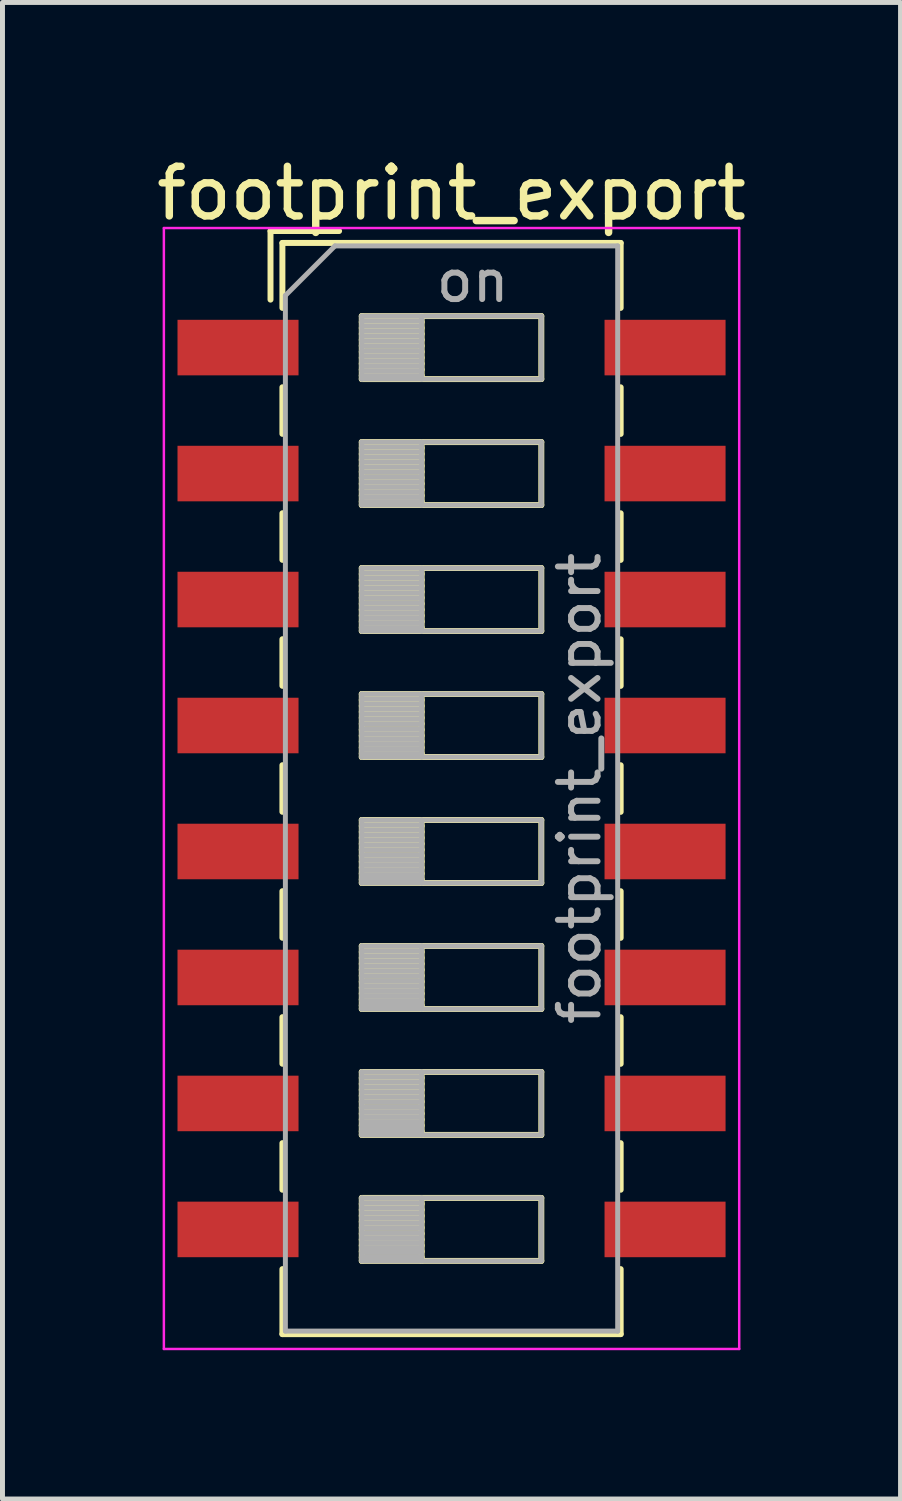
<source format=kicad_pcb>
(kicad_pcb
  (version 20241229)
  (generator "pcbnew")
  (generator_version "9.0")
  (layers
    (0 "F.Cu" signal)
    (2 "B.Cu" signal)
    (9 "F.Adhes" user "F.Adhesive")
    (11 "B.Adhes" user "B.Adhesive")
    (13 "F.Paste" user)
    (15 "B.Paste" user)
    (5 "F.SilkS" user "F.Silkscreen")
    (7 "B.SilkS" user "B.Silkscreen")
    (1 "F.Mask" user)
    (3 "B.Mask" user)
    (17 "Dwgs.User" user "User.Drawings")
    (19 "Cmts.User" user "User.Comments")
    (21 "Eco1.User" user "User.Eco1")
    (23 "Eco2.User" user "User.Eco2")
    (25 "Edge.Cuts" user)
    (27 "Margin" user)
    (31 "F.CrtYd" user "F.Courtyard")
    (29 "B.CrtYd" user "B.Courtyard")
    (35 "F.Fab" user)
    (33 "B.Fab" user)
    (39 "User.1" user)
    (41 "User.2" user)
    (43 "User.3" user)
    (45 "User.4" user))
  (footprint "footprint_export"
    (layer "F.Cu")
    (at 6.054 12.848)
    (property "Reference" "footprint_export" (at 0 -12 0) (layer "F.SilkS") (effects (font (size 1 1) (thickness 0.15))))
    (attr smd)
    (fp_line (start -3.65 -11.24) (end -3.65 -9.857) (stroke (width 0.12) (type solid)) (layer "F.SilkS"))
    (fp_line (start -3.65 -11.24) (end -2.267 -11.24) (stroke (width 0.12) (type solid)) (layer "F.SilkS"))
    (fp_line (start -3.41 -11) (end -3.41 -9.69) (stroke (width 0.12) (type solid)) (layer "F.SilkS"))
    (fp_line (start -3.41 -11) (end 3.41 -11) (stroke (width 0.12) (type solid)) (layer "F.SilkS"))
    (fp_line (start -3.41 -8.09) (end -3.41 -7.15) (stroke (width 0.12) (type solid)) (layer "F.SilkS"))
    (fp_line (start -3.41 -5.55) (end -3.41 -4.61) (stroke (width 0.12) (type solid)) (layer "F.SilkS"))
    (fp_line (start -3.41 -3.01) (end -3.41 -2.07) (stroke (width 0.12) (type solid)) (layer "F.SilkS"))
    (fp_line (start -3.41 -0.47) (end -3.41 0.47) (stroke (width 0.12) (type solid)) (layer "F.SilkS"))
    (fp_line (start -3.41 2.07) (end -3.41 3.01) (stroke (width 0.12) (type solid)) (layer "F.SilkS"))
    (fp_line (start -3.41 4.61) (end -3.41 5.55) (stroke (width 0.12) (type solid)) (layer "F.SilkS"))
    (fp_line (start -3.41 7.15) (end -3.41 8.09) (stroke (width 0.12) (type solid)) (layer "F.SilkS"))
    (fp_line (start -3.41 9.69) (end -3.41 11.001) (stroke (width 0.12) (type solid)) (layer "F.SilkS"))
    (fp_line (start -3.41 11.001) (end 3.41 11.001) (stroke (width 0.12) (type solid)) (layer "F.SilkS"))
    (fp_line (start -1.81 -9.525) (end -1.81 -8.255) (stroke (width 0.12) (type solid)) (layer "F.SilkS"))
    (fp_line (start -1.81 -9.405) (end -0.603 -9.405) (stroke (width 0.12) (type solid)) (layer "F.SilkS"))
    (fp_line (start -1.81 -9.285) (end -0.603 -9.285) (stroke (width 0.12) (type solid)) (layer "F.SilkS"))
    (fp_line (start -1.81 -9.165) (end -0.603 -9.165) (stroke (width 0.12) (type solid)) (layer "F.SilkS"))
    (fp_line (start -1.81 -9.045) (end -0.603 -9.045) (stroke (width 0.12) (type solid)) (layer "F.SilkS"))
    (fp_line (start -1.81 -8.925) (end -0.603 -8.925) (stroke (width 0.12) (type solid)) (layer "F.SilkS"))
    (fp_line (start -1.81 -8.805) (end -0.603 -8.805) (stroke (width 0.12) (type solid)) (layer "F.SilkS"))
    (fp_line (start -1.81 -8.685) (end -0.603 -8.685) (stroke (width 0.12) (type solid)) (layer "F.SilkS"))
    (fp_line (start -1.81 -8.565) (end -0.603 -8.565) (stroke (width 0.12) (type solid)) (layer "F.SilkS"))
    (fp_line (start -1.81 -8.445) (end -0.603 -8.445) (stroke (width 0.12) (type solid)) (layer "F.SilkS"))
    (fp_line (start -1.81 -8.325) (end -0.603 -8.325) (stroke (width 0.12) (type solid)) (layer "F.SilkS"))
    (fp_line (start -1.81 -8.255) (end 1.81 -8.255) (stroke (width 0.12) (type solid)) (layer "F.SilkS"))
    (fp_line (start -1.81 -6.985) (end -1.81 -5.715) (stroke (width 0.12) (type solid)) (layer "F.SilkS"))
    (fp_line (start -1.81 -6.865) (end -0.603 -6.865) (stroke (width 0.12) (type solid)) (layer "F.SilkS"))
    (fp_line (start -1.81 -6.745) (end -0.603 -6.745) (stroke (width 0.12) (type solid)) (layer "F.SilkS"))
    (fp_line (start -1.81 -6.625) (end -0.603 -6.625) (stroke (width 0.12) (type solid)) (layer "F.SilkS"))
    (fp_line (start -1.81 -6.505) (end -0.603 -6.505) (stroke (width 0.12) (type solid)) (layer "F.SilkS"))
    (fp_line (start -1.81 -6.385) (end -0.603 -6.385) (stroke (width 0.12) (type solid)) (layer "F.SilkS"))
    (fp_line (start -1.81 -6.265) (end -0.603 -6.265) (stroke (width 0.12) (type solid)) (layer "F.SilkS"))
    (fp_line (start -1.81 -6.145) (end -0.603 -6.145) (stroke (width 0.12) (type solid)) (layer "F.SilkS"))
    (fp_line (start -1.81 -6.025) (end -0.603 -6.025) (stroke (width 0.12) (type solid)) (layer "F.SilkS"))
    (fp_line (start -1.81 -5.905) (end -0.603 -5.905) (stroke (width 0.12) (type solid)) (layer "F.SilkS"))
    (fp_line (start -1.81 -5.785) (end -0.603 -5.785) (stroke (width 0.12) (type solid)) (layer "F.SilkS"))
    (fp_line (start -1.81 -5.715) (end 1.81 -5.715) (stroke (width 0.12) (type solid)) (layer "F.SilkS"))
    (fp_line (start -1.81 -4.445) (end -1.81 -3.175) (stroke (width 0.12) (type solid)) (layer "F.SilkS"))
    (fp_line (start -1.81 -4.325) (end -0.603 -4.325) (stroke (width 0.12) (type solid)) (layer "F.SilkS"))
    (fp_line (start -1.81 -4.205) (end -0.603 -4.205) (stroke (width 0.12) (type solid)) (layer "F.SilkS"))
    (fp_line (start -1.81 -4.085) (end -0.603 -4.085) (stroke (width 0.12) (type solid)) (layer "F.SilkS"))
    (fp_line (start -1.81 -3.965) (end -0.603 -3.965) (stroke (width 0.12) (type solid)) (layer "F.SilkS"))
    (fp_line (start -1.81 -3.845) (end -0.603 -3.845) (stroke (width 0.12) (type solid)) (layer "F.SilkS"))
    (fp_line (start -1.81 -3.725) (end -0.603 -3.725) (stroke (width 0.12) (type solid)) (layer "F.SilkS"))
    (fp_line (start -1.81 -3.605) (end -0.603 -3.605) (stroke (width 0.12) (type solid)) (layer "F.SilkS"))
    (fp_line (start -1.81 -3.485) (end -0.603 -3.485) (stroke (width 0.12) (type solid)) (layer "F.SilkS"))
    (fp_line (start -1.81 -3.365) (end -0.603 -3.365) (stroke (width 0.12) (type solid)) (layer "F.SilkS"))
    (fp_line (start -1.81 -3.245) (end -0.603 -3.245) (stroke (width 0.12) (type solid)) (layer "F.SilkS"))
    (fp_line (start -1.81 -3.175) (end 1.81 -3.175) (stroke (width 0.12) (type solid)) (layer "F.SilkS"))
    (fp_line (start -1.81 -1.905) (end -1.81 -0.635) (stroke (width 0.12) (type solid)) (layer "F.SilkS"))
    (fp_line (start -1.81 -1.785) (end -0.603 -1.785) (stroke (width 0.12) (type solid)) (layer "F.SilkS"))
    (fp_line (start -1.81 -1.665) (end -0.603 -1.665) (stroke (width 0.12) (type solid)) (layer "F.SilkS"))
    (fp_line (start -1.81 -1.545) (end -0.603 -1.545) (stroke (width 0.12) (type solid)) (layer "F.SilkS"))
    (fp_line (start -1.81 -1.425) (end -0.603 -1.425) (stroke (width 0.12) (type solid)) (layer "F.SilkS"))
    (fp_line (start -1.81 -1.305) (end -0.603 -1.305) (stroke (width 0.12) (type solid)) (layer "F.SilkS"))
    (fp_line (start -1.81 -1.185) (end -0.603 -1.185) (stroke (width 0.12) (type solid)) (layer "F.SilkS"))
    (fp_line (start -1.81 -1.065) (end -0.603 -1.065) (stroke (width 0.12) (type solid)) (layer "F.SilkS"))
    (fp_line (start -1.81 -0.945) (end -0.603 -0.945) (stroke (width 0.12) (type solid)) (layer "F.SilkS"))
    (fp_line (start -1.81 -0.825) (end -0.603 -0.825) (stroke (width 0.12) (type solid)) (layer "F.SilkS"))
    (fp_line (start -1.81 -0.705) (end -0.603 -0.705) (stroke (width 0.12) (type solid)) (layer "F.SilkS"))
    (fp_line (start -1.81 -0.635) (end 1.81 -0.635) (stroke (width 0.12) (type solid)) (layer "F.SilkS"))
    (fp_line (start -1.81 0.635) (end -1.81 1.905) (stroke (width 0.12) (type solid)) (layer "F.SilkS"))
    (fp_line (start -1.81 0.755) (end -0.603 0.755) (stroke (width 0.12) (type solid)) (layer "F.SilkS"))
    (fp_line (start -1.81 0.875) (end -0.603 0.875) (stroke (width 0.12) (type solid)) (layer "F.SilkS"))
    (fp_line (start -1.81 0.995) (end -0.603 0.995) (stroke (width 0.12) (type solid)) (layer "F.SilkS"))
    (fp_line (start -1.81 1.115) (end -0.603 1.115) (stroke (width 0.12) (type solid)) (layer "F.SilkS"))
    (fp_line (start -1.81 1.235) (end -0.603 1.235) (stroke (width 0.12) (type solid)) (layer "F.SilkS"))
    (fp_line (start -1.81 1.355) (end -0.603 1.355) (stroke (width 0.12) (type solid)) (layer "F.SilkS"))
    (fp_line (start -1.81 1.475) (end -0.603 1.475) (stroke (width 0.12) (type solid)) (layer "F.SilkS"))
    (fp_line (start -1.81 1.595) (end -0.603 1.595) (stroke (width 0.12) (type solid)) (layer "F.SilkS"))
    (fp_line (start -1.81 1.715) (end -0.603 1.715) (stroke (width 0.12) (type solid)) (layer "F.SilkS"))
    (fp_line (start -1.81 1.835) (end -0.603 1.835) (stroke (width 0.12) (type solid)) (layer "F.SilkS"))
    (fp_line (start -1.81 1.905) (end 1.81 1.905) (stroke (width 0.12) (type solid)) (layer "F.SilkS"))
    (fp_line (start -1.81 3.175) (end -1.81 4.445) (stroke (width 0.12) (type solid)) (layer "F.SilkS"))
    (fp_line (start -1.81 3.295) (end -0.603 3.295) (stroke (width 0.12) (type solid)) (layer "F.SilkS"))
    (fp_line (start -1.81 3.415) (end -0.603 3.415) (stroke (width 0.12) (type solid)) (layer "F.SilkS"))
    (fp_line (start -1.81 3.535) (end -0.603 3.535) (stroke (width 0.12) (type solid)) (layer "F.SilkS"))
    (fp_line (start -1.81 3.655) (end -0.603 3.655) (stroke (width 0.12) (type solid)) (layer "F.SilkS"))
    (fp_line (start -1.81 3.775) (end -0.603 3.775) (stroke (width 0.12) (type solid)) (layer "F.SilkS"))
    (fp_line (start -1.81 3.895) (end -0.603 3.895) (stroke (width 0.12) (type solid)) (layer "F.SilkS"))
    (fp_line (start -1.81 4.015) (end -0.603 4.015) (stroke (width 0.12) (type solid)) (layer "F.SilkS"))
    (fp_line (start -1.81 4.135) (end -0.603 4.135) (stroke (width 0.12) (type solid)) (layer "F.SilkS"))
    (fp_line (start -1.81 4.255) (end -0.603 4.255) (stroke (width 0.12) (type solid)) (layer "F.SilkS"))
    (fp_line (start -1.81 4.375) (end -0.603 4.375) (stroke (width 0.12) (type solid)) (layer "F.SilkS"))
    (fp_line (start -1.81 4.445) (end 1.81 4.445) (stroke (width 0.12) (type solid)) (layer "F.SilkS"))
    (fp_line (start -1.81 5.715) (end -1.81 6.985) (stroke (width 0.12) (type solid)) (layer "F.SilkS"))
    (fp_line (start -1.81 5.835) (end -0.603 5.835) (stroke (width 0.12) (type solid)) (layer "F.SilkS"))
    (fp_line (start -1.81 5.955) (end -0.603 5.955) (stroke (width 0.12) (type solid)) (layer "F.SilkS"))
    (fp_line (start -1.81 6.075) (end -0.603 6.075) (stroke (width 0.12) (type solid)) (layer "F.SilkS"))
    (fp_line (start -1.81 6.195) (end -0.603 6.195) (stroke (width 0.12) (type solid)) (layer "F.SilkS"))
    (fp_line (start -1.81 6.315) (end -0.603 6.315) (stroke (width 0.12) (type solid)) (layer "F.SilkS"))
    (fp_line (start -1.81 6.435) (end -0.603 6.435) (stroke (width 0.12) (type solid)) (layer "F.SilkS"))
    (fp_line (start -1.81 6.555) (end -0.603 6.555) (stroke (width 0.12) (type solid)) (layer "F.SilkS"))
    (fp_line (start -1.81 6.675) (end -0.603 6.675) (stroke (width 0.12) (type solid)) (layer "F.SilkS"))
    (fp_line (start -1.81 6.795) (end -0.603 6.795) (stroke (width 0.12) (type solid)) (layer "F.SilkS"))
    (fp_line (start -1.81 6.915) (end -0.603 6.915) (stroke (width 0.12) (type solid)) (layer "F.SilkS"))
    (fp_line (start -1.81 6.985) (end 1.81 6.985) (stroke (width 0.12) (type solid)) (layer "F.SilkS"))
    (fp_line (start -1.81 8.255) (end -1.81 9.525) (stroke (width 0.12) (type solid)) (layer "F.SilkS"))
    (fp_line (start -1.81 8.375) (end -0.603 8.375) (stroke (width 0.12) (type solid)) (layer "F.SilkS"))
    (fp_line (start -1.81 8.495) (end -0.603 8.495) (stroke (width 0.12) (type solid)) (layer "F.SilkS"))
    (fp_line (start -1.81 8.615) (end -0.603 8.615) (stroke (width 0.12) (type solid)) (layer "F.SilkS"))
    (fp_line (start -1.81 8.735) (end -0.603 8.735) (stroke (width 0.12) (type solid)) (layer "F.SilkS"))
    (fp_line (start -1.81 8.855) (end -0.603 8.855) (stroke (width 0.12) (type solid)) (layer "F.SilkS"))
    (fp_line (start -1.81 8.975) (end -0.603 8.975) (stroke (width 0.12) (type solid)) (layer "F.SilkS"))
    (fp_line (start -1.81 9.095) (end -0.603 9.095) (stroke (width 0.12) (type solid)) (layer "F.SilkS"))
    (fp_line (start -1.81 9.215) (end -0.603 9.215) (stroke (width 0.12) (type solid)) (layer "F.SilkS"))
    (fp_line (start -1.81 9.335) (end -0.603 9.335) (stroke (width 0.12) (type solid)) (layer "F.SilkS"))
    (fp_line (start -1.81 9.455) (end -0.603 9.455) (stroke (width 0.12) (type solid)) (layer "F.SilkS"))
    (fp_line (start -1.81 9.525) (end 1.81 9.525) (stroke (width 0.12) (type solid)) (layer "F.SilkS"))
    (fp_line (start -0.603 -9.525) (end -0.603 -8.255) (stroke (width 0.12) (type solid)) (layer "F.SilkS"))
    (fp_line (start -0.603 -6.985) (end -0.603 -5.715) (stroke (width 0.12) (type solid)) (layer "F.SilkS"))
    (fp_line (start -0.603 -4.445) (end -0.603 -3.175) (stroke (width 0.12) (type solid)) (layer "F.SilkS"))
    (fp_line (start -0.603 -1.905) (end -0.603 -0.635) (stroke (width 0.12) (type solid)) (layer "F.SilkS"))
    (fp_line (start -0.603 0.635) (end -0.603 1.905) (stroke (width 0.12) (type solid)) (layer "F.SilkS"))
    (fp_line (start -0.603 3.175) (end -0.603 4.445) (stroke (width 0.12) (type solid)) (layer "F.SilkS"))
    (fp_line (start -0.603 5.715) (end -0.603 6.985) (stroke (width 0.12) (type solid)) (layer "F.SilkS"))
    (fp_line (start -0.603 8.255) (end -0.603 9.525) (stroke (width 0.12) (type solid)) (layer "F.SilkS"))
    (fp_line (start 1.81 -9.525) (end -1.81 -9.525) (stroke (width 0.12) (type solid)) (layer "F.SilkS"))
    (fp_line (start 1.81 -8.255) (end 1.81 -9.525) (stroke (width 0.12) (type solid)) (layer "F.SilkS"))
    (fp_line (start 1.81 -6.985) (end -1.81 -6.985) (stroke (width 0.12) (type solid)) (layer "F.SilkS"))
    (fp_line (start 1.81 -5.715) (end 1.81 -6.985) (stroke (width 0.12) (type solid)) (layer "F.SilkS"))
    (fp_line (start 1.81 -4.445) (end -1.81 -4.445) (stroke (width 0.12) (type solid)) (layer "F.SilkS"))
    (fp_line (start 1.81 -3.175) (end 1.81 -4.445) (stroke (width 0.12) (type solid)) (layer "F.SilkS"))
    (fp_line (start 1.81 -1.905) (end -1.81 -1.905) (stroke (width 0.12) (type solid)) (layer "F.SilkS"))
    (fp_line (start 1.81 -0.635) (end 1.81 -1.905) (stroke (width 0.12) (type solid)) (layer "F.SilkS"))
    (fp_line (start 1.81 0.635) (end -1.81 0.635) (stroke (width 0.12) (type solid)) (layer "F.SilkS"))
    (fp_line (start 1.81 1.905) (end 1.81 0.635) (stroke (width 0.12) (type solid)) (layer "F.SilkS"))
    (fp_line (start 1.81 3.175) (end -1.81 3.175) (stroke (width 0.12) (type solid)) (layer "F.SilkS"))
    (fp_line (start 1.81 4.445) (end 1.81 3.175) (stroke (width 0.12) (type solid)) (layer "F.SilkS"))
    (fp_line (start 1.81 5.715) (end -1.81 5.715) (stroke (width 0.12) (type solid)) (layer "F.SilkS"))
    (fp_line (start 1.81 6.985) (end 1.81 5.715) (stroke (width 0.12) (type solid)) (layer "F.SilkS"))
    (fp_line (start 1.81 8.255) (end -1.81 8.255) (stroke (width 0.12) (type solid)) (layer "F.SilkS"))
    (fp_line (start 1.81 9.525) (end 1.81 8.255) (stroke (width 0.12) (type solid)) (layer "F.SilkS"))
    (fp_line (start 3.41 -11) (end 3.41 -9.69) (stroke (width 0.12) (type solid)) (layer "F.SilkS"))
    (fp_line (start 3.41 -8.089) (end 3.41 -7.149) (stroke (width 0.12) (type solid)) (layer "F.SilkS"))
    (fp_line (start 3.41 -5.549) (end 3.41 -4.609) (stroke (width 0.12) (type solid)) (layer "F.SilkS"))
    (fp_line (start 3.41 -3.009) (end 3.41 -2.069) (stroke (width 0.12) (type solid)) (layer "F.SilkS"))
    (fp_line (start 3.41 -0.469) (end 3.41 0.471) (stroke (width 0.12) (type solid)) (layer "F.SilkS"))
    (fp_line (start 3.41 2.071) (end 3.41 3.011) (stroke (width 0.12) (type solid)) (layer "F.SilkS"))
    (fp_line (start 3.41 4.611) (end 3.41 5.551) (stroke (width 0.12) (type solid)) (layer "F.SilkS"))
    (fp_line (start 3.41 7.151) (end 3.41 8.09) (stroke (width 0.12) (type solid)) (layer "F.SilkS"))
    (fp_line (start 3.41 9.69) (end 3.41 11.001) (stroke (width 0.12) (type solid)) (layer "F.SilkS"))
    (fp_line (start -5.8 -11.3) (end -5.8 11.3) (stroke (width 0.05) (type solid)) (layer "F.CrtYd"))
    (fp_line (start -5.8 11.3) (end 5.8 11.3) (stroke (width 0.05) (type solid)) (layer "F.CrtYd"))
    (fp_line (start 5.8 -11.3) (end -5.8 -11.3) (stroke (width 0.05) (type solid)) (layer "F.CrtYd"))
    (fp_line (start 5.8 11.3) (end 5.8 -11.3) (stroke (width 0.05) (type solid)) (layer "F.CrtYd"))
    (fp_line (start -3.35 -9.94) (end -2.35 -10.94) (stroke (width 0.1) (type solid)) (layer "F.Fab"))
    (fp_line (start -3.35 10.94) (end -3.35 -9.94) (stroke (width 0.1) (type solid)) (layer "F.Fab"))
    (fp_line (start -2.35 -10.94) (end 3.35 -10.94) (stroke (width 0.1) (type solid)) (layer "F.Fab"))
    (fp_line (start -1.81 -9.525) (end -1.81 -8.255) (stroke (width 0.1) (type solid)) (layer "F.Fab"))
    (fp_line (start -1.81 -9.425) (end -0.603 -9.425) (stroke (width 0.1) (type solid)) (layer "F.Fab"))
    (fp_line (start -1.81 -9.325) (end -0.603 -9.325) (stroke (width 0.1) (type solid)) (layer "F.Fab"))
    (fp_line (start -1.81 -9.225) (end -0.603 -9.225) (stroke (width 0.1) (type solid)) (layer "F.Fab"))
    (fp_line (start -1.81 -9.125) (end -0.603 -9.125) (stroke (width 0.1) (type solid)) (layer "F.Fab"))
    (fp_line (start -1.81 -9.025) (end -0.603 -9.025) (stroke (width 0.1) (type solid)) (layer "F.Fab"))
    (fp_line (start -1.81 -8.925) (end -0.603 -8.925) (stroke (width 0.1) (type solid)) (layer "F.Fab"))
    (fp_line (start -1.81 -8.825) (end -0.603 -8.825) (stroke (width 0.1) (type solid)) (layer "F.Fab"))
    (fp_line (start -1.81 -8.725) (end -0.603 -8.725) (stroke (width 0.1) (type solid)) (layer "F.Fab"))
    (fp_line (start -1.81 -8.625) (end -0.603 -8.625) (stroke (width 0.1) (type solid)) (layer "F.Fab"))
    (fp_line (start -1.81 -8.525) (end -0.603 -8.525) (stroke (width 0.1) (type solid)) (layer "F.Fab"))
    (fp_line (start -1.81 -8.425) (end -0.603 -8.425) (stroke (width 0.1) (type solid)) (layer "F.Fab"))
    (fp_line (start -1.81 -8.325) (end -0.603 -8.325) (stroke (width 0.1) (type solid)) (layer "F.Fab"))
    (fp_line (start -1.81 -8.255) (end 1.81 -8.255) (stroke (width 0.1) (type solid)) (layer "F.Fab"))
    (fp_line (start -1.81 -6.985) (end -1.81 -5.715) (stroke (width 0.1) (type solid)) (layer "F.Fab"))
    (fp_line (start -1.81 -6.885) (end -0.603 -6.885) (stroke (width 0.1) (type solid)) (layer "F.Fab"))
    (fp_line (start -1.81 -6.785) (end -0.603 -6.785) (stroke (width 0.1) (type solid)) (layer "F.Fab"))
    (fp_line (start -1.81 -6.685) (end -0.603 -6.685) (stroke (width 0.1) (type solid)) (layer "F.Fab"))
    (fp_line (start -1.81 -6.585) (end -0.603 -6.585) (stroke (width 0.1) (type solid)) (layer "F.Fab"))
    (fp_line (start -1.81 -6.485) (end -0.603 -6.485) (stroke (width 0.1) (type solid)) (layer "F.Fab"))
    (fp_line (start -1.81 -6.385) (end -0.603 -6.385) (stroke (width 0.1) (type solid)) (layer "F.Fab"))
    (fp_line (start -1.81 -6.285) (end -0.603 -6.285) (stroke (width 0.1) (type solid)) (layer "F.Fab"))
    (fp_line (start -1.81 -6.185) (end -0.603 -6.185) (stroke (width 0.1) (type solid)) (layer "F.Fab"))
    (fp_line (start -1.81 -6.085) (end -0.603 -6.085) (stroke (width 0.1) (type solid)) (layer "F.Fab"))
    (fp_line (start -1.81 -5.985) (end -0.603 -5.985) (stroke (width 0.1) (type solid)) (layer "F.Fab"))
    (fp_line (start -1.81 -5.885) (end -0.603 -5.885) (stroke (width 0.1) (type solid)) (layer "F.Fab"))
    (fp_line (start -1.81 -5.785) (end -0.603 -5.785) (stroke (width 0.1) (type solid)) (layer "F.Fab"))
    (fp_line (start -1.81 -5.715) (end 1.81 -5.715) (stroke (width 0.1) (type solid)) (layer "F.Fab"))
    (fp_line (start -1.81 -4.445) (end -1.81 -3.175) (stroke (width 0.1) (type solid)) (layer "F.Fab"))
    (fp_line (start -1.81 -4.345) (end -0.603 -4.345) (stroke (width 0.1) (type solid)) (layer "F.Fab"))
    (fp_line (start -1.81 -4.245) (end -0.603 -4.245) (stroke (width 0.1) (type solid)) (layer "F.Fab"))
    (fp_line (start -1.81 -4.145) (end -0.603 -4.145) (stroke (width 0.1) (type solid)) (layer "F.Fab"))
    (fp_line (start -1.81 -4.045) (end -0.603 -4.045) (stroke (width 0.1) (type solid)) (layer "F.Fab"))
    (fp_line (start -1.81 -3.945) (end -0.603 -3.945) (stroke (width 0.1) (type solid)) (layer "F.Fab"))
    (fp_line (start -1.81 -3.845) (end -0.603 -3.845) (stroke (width 0.1) (type solid)) (layer "F.Fab"))
    (fp_line (start -1.81 -3.745) (end -0.603 -3.745) (stroke (width 0.1) (type solid)) (layer "F.Fab"))
    (fp_line (start -1.81 -3.645) (end -0.603 -3.645) (stroke (width 0.1) (type solid)) (layer "F.Fab"))
    (fp_line (start -1.81 -3.545) (end -0.603 -3.545) (stroke (width 0.1) (type solid)) (layer "F.Fab"))
    (fp_line (start -1.81 -3.445) (end -0.603 -3.445) (stroke (width 0.1) (type solid)) (layer "F.Fab"))
    (fp_line (start -1.81 -3.345) (end -0.603 -3.345) (stroke (width 0.1) (type solid)) (layer "F.Fab"))
    (fp_line (start -1.81 -3.245) (end -0.603 -3.245) (stroke (width 0.1) (type solid)) (layer "F.Fab"))
    (fp_line (start -1.81 -3.175) (end 1.81 -3.175) (stroke (width 0.1) (type solid)) (layer "F.Fab"))
    (fp_line (start -1.81 -1.905) (end -1.81 -0.635) (stroke (width 0.1) (type solid)) (layer "F.Fab"))
    (fp_line (start -1.81 -1.805) (end -0.603 -1.805) (stroke (width 0.1) (type solid)) (layer "F.Fab"))
    (fp_line (start -1.81 -1.705) (end -0.603 -1.705) (stroke (width 0.1) (type solid)) (layer "F.Fab"))
    (fp_line (start -1.81 -1.605) (end -0.603 -1.605) (stroke (width 0.1) (type solid)) (layer "F.Fab"))
    (fp_line (start -1.81 -1.505) (end -0.603 -1.505) (stroke (width 0.1) (type solid)) (layer "F.Fab"))
    (fp_line (start -1.81 -1.405) (end -0.603 -1.405) (stroke (width 0.1) (type solid)) (layer "F.Fab"))
    (fp_line (start -1.81 -1.305) (end -0.603 -1.305) (stroke (width 0.1) (type solid)) (layer "F.Fab"))
    (fp_line (start -1.81 -1.205) (end -0.603 -1.205) (stroke (width 0.1) (type solid)) (layer "F.Fab"))
    (fp_line (start -1.81 -1.105) (end -0.603 -1.105) (stroke (width 0.1) (type solid)) (layer "F.Fab"))
    (fp_line (start -1.81 -1.005) (end -0.603 -1.005) (stroke (width 0.1) (type solid)) (layer "F.Fab"))
    (fp_line (start -1.81 -0.905) (end -0.603 -0.905) (stroke (width 0.1) (type solid)) (layer "F.Fab"))
    (fp_line (start -1.81 -0.805) (end -0.603 -0.805) (stroke (width 0.1) (type solid)) (layer "F.Fab"))
    (fp_line (start -1.81 -0.705) (end -0.603 -0.705) (stroke (width 0.1) (type solid)) (layer "F.Fab"))
    (fp_line (start -1.81 -0.635) (end 1.81 -0.635) (stroke (width 0.1) (type solid)) (layer "F.Fab"))
    (fp_line (start -1.81 0.635) (end -1.81 1.905) (stroke (width 0.1) (type solid)) (layer "F.Fab"))
    (fp_line (start -1.81 0.735) (end -0.603 0.735) (stroke (width 0.1) (type solid)) (layer "F.Fab"))
    (fp_line (start -1.81 0.835) (end -0.603 0.835) (stroke (width 0.1) (type solid)) (layer "F.Fab"))
    (fp_line (start -1.81 0.935) (end -0.603 0.935) (stroke (width 0.1) (type solid)) (layer "F.Fab"))
    (fp_line (start -1.81 1.035) (end -0.603 1.035) (stroke (width 0.1) (type solid)) (layer "F.Fab"))
    (fp_line (start -1.81 1.135) (end -0.603 1.135) (stroke (width 0.1) (type solid)) (layer "F.Fab"))
    (fp_line (start -1.81 1.235) (end -0.603 1.235) (stroke (width 0.1) (type solid)) (layer "F.Fab"))
    (fp_line (start -1.81 1.335) (end -0.603 1.335) (stroke (width 0.1) (type solid)) (layer "F.Fab"))
    (fp_line (start -1.81 1.435) (end -0.603 1.435) (stroke (width 0.1) (type solid)) (layer "F.Fab"))
    (fp_line (start -1.81 1.535) (end -0.603 1.535) (stroke (width 0.1) (type solid)) (layer "F.Fab"))
    (fp_line (start -1.81 1.635) (end -0.603 1.635) (stroke (width 0.1) (type solid)) (layer "F.Fab"))
    (fp_line (start -1.81 1.735) (end -0.603 1.735) (stroke (width 0.1) (type solid)) (layer "F.Fab"))
    (fp_line (start -1.81 1.835) (end -0.603 1.835) (stroke (width 0.1) (type solid)) (layer "F.Fab"))
    (fp_line (start -1.81 1.905) (end 1.81 1.905) (stroke (width 0.1) (type solid)) (layer "F.Fab"))
    (fp_line (start -1.81 3.175) (end -1.81 4.445) (stroke (width 0.1) (type solid)) (layer "F.Fab"))
    (fp_line (start -1.81 3.275) (end -0.603 3.275) (stroke (width 0.1) (type solid)) (layer "F.Fab"))
    (fp_line (start -1.81 3.375) (end -0.603 3.375) (stroke (width 0.1) (type solid)) (layer "F.Fab"))
    (fp_line (start -1.81 3.475) (end -0.603 3.475) (stroke (width 0.1) (type solid)) (layer "F.Fab"))
    (fp_line (start -1.81 3.575) (end -0.603 3.575) (stroke (width 0.1) (type solid)) (layer "F.Fab"))
    (fp_line (start -1.81 3.675) (end -0.603 3.675) (stroke (width 0.1) (type solid)) (layer "F.Fab"))
    (fp_line (start -1.81 3.775) (end -0.603 3.775) (stroke (width 0.1) (type solid)) (layer "F.Fab"))
    (fp_line (start -1.81 3.875) (end -0.603 3.875) (stroke (width 0.1) (type solid)) (layer "F.Fab"))
    (fp_line (start -1.81 3.975) (end -0.603 3.975) (stroke (width 0.1) (type solid)) (layer "F.Fab"))
    (fp_line (start -1.81 4.075) (end -0.603 4.075) (stroke (width 0.1) (type solid)) (layer "F.Fab"))
    (fp_line (start -1.81 4.175) (end -0.603 4.175) (stroke (width 0.1) (type solid)) (layer "F.Fab"))
    (fp_line (start -1.81 4.275) (end -0.603 4.275) (stroke (width 0.1) (type solid)) (layer "F.Fab"))
    (fp_line (start -1.81 4.375) (end -0.603 4.375) (stroke (width 0.1) (type solid)) (layer "F.Fab"))
    (fp_line (start -1.81 4.445) (end 1.81 4.445) (stroke (width 0.1) (type solid)) (layer "F.Fab"))
    (fp_line (start -1.81 5.715) (end -1.81 6.985) (stroke (width 0.1) (type solid)) (layer "F.Fab"))
    (fp_line (start -1.81 5.815) (end -0.603 5.815) (stroke (width 0.1) (type solid)) (layer "F.Fab"))
    (fp_line (start -1.81 5.915) (end -0.603 5.915) (stroke (width 0.1) (type solid)) (layer "F.Fab"))
    (fp_line (start -1.81 6.015) (end -0.603 6.015) (stroke (width 0.1) (type solid)) (layer "F.Fab"))
    (fp_line (start -1.81 6.115) (end -0.603 6.115) (stroke (width 0.1) (type solid)) (layer "F.Fab"))
    (fp_line (start -1.81 6.215) (end -0.603 6.215) (stroke (width 0.1) (type solid)) (layer "F.Fab"))
    (fp_line (start -1.81 6.315) (end -0.603 6.315) (stroke (width 0.1) (type solid)) (layer "F.Fab"))
    (fp_line (start -1.81 6.415) (end -0.603 6.415) (stroke (width 0.1) (type solid)) (layer "F.Fab"))
    (fp_line (start -1.81 6.515) (end -0.603 6.515) (stroke (width 0.1) (type solid)) (layer "F.Fab"))
    (fp_line (start -1.81 6.615) (end -0.603 6.615) (stroke (width 0.1) (type solid)) (layer "F.Fab"))
    (fp_line (start -1.81 6.715) (end -0.603 6.715) (stroke (width 0.1) (type solid)) (layer "F.Fab"))
    (fp_line (start -1.81 6.815) (end -0.603 6.815) (stroke (width 0.1) (type solid)) (layer "F.Fab"))
    (fp_line (start -1.81 6.915) (end -0.603 6.915) (stroke (width 0.1) (type solid)) (layer "F.Fab"))
    (fp_line (start -1.81 6.985) (end 1.81 6.985) (stroke (width 0.1) (type solid)) (layer "F.Fab"))
    (fp_line (start -1.81 8.255) (end -1.81 9.525) (stroke (width 0.1) (type solid)) (layer "F.Fab"))
    (fp_line (start -1.81 8.355) (end -0.603 8.355) (stroke (width 0.1) (type solid)) (layer "F.Fab"))
    (fp_line (start -1.81 8.455) (end -0.603 8.455) (stroke (width 0.1) (type solid)) (layer "F.Fab"))
    (fp_line (start -1.81 8.555) (end -0.603 8.555) (stroke (width 0.1) (type solid)) (layer "F.Fab"))
    (fp_line (start -1.81 8.655) (end -0.603 8.655) (stroke (width 0.1) (type solid)) (layer "F.Fab"))
    (fp_line (start -1.81 8.755) (end -0.603 8.755) (stroke (width 0.1) (type solid)) (layer "F.Fab"))
    (fp_line (start -1.81 8.855) (end -0.603 8.855) (stroke (width 0.1) (type solid)) (layer "F.Fab"))
    (fp_line (start -1.81 8.955) (end -0.603 8.955) (stroke (width 0.1) (type solid)) (layer "F.Fab"))
    (fp_line (start -1.81 9.055) (end -0.603 9.055) (stroke (width 0.1) (type solid)) (layer "F.Fab"))
    (fp_line (start -1.81 9.155) (end -0.603 9.155) (stroke (width 0.1) (type solid)) (layer "F.Fab"))
    (fp_line (start -1.81 9.255) (end -0.603 9.255) (stroke (width 0.1) (type solid)) (layer "F.Fab"))
    (fp_line (start -1.81 9.355) (end -0.603 9.355) (stroke (width 0.1) (type solid)) (layer "F.Fab"))
    (fp_line (start -1.81 9.455) (end -0.603 9.455) (stroke (width 0.1) (type solid)) (layer "F.Fab"))
    (fp_line (start -1.81 9.525) (end 1.81 9.525) (stroke (width 0.1) (type solid)) (layer "F.Fab"))
    (fp_line (start -0.603 -9.525) (end -0.603 -8.255) (stroke (width 0.1) (type solid)) (layer "F.Fab"))
    (fp_line (start -0.603 -6.985) (end -0.603 -5.715) (stroke (width 0.1) (type solid)) (layer "F.Fab"))
    (fp_line (start -0.603 -4.445) (end -0.603 -3.175) (stroke (width 0.1) (type solid)) (layer "F.Fab"))
    (fp_line (start -0.603 -1.905) (end -0.603 -0.635) (stroke (width 0.1) (type solid)) (layer "F.Fab"))
    (fp_line (start -0.603 0.635) (end -0.603 1.905) (stroke (width 0.1) (type solid)) (layer "F.Fab"))
    (fp_line (start -0.603 3.175) (end -0.603 4.445) (stroke (width 0.1) (type solid)) (layer "F.Fab"))
    (fp_line (start -0.603 5.715) (end -0.603 6.985) (stroke (width 0.1) (type solid)) (layer "F.Fab"))
    (fp_line (start -0.603 8.255) (end -0.603 9.525) (stroke (width 0.1) (type solid)) (layer "F.Fab"))
    (fp_line (start 1.81 -9.525) (end -1.81 -9.525) (stroke (width 0.1) (type solid)) (layer "F.Fab"))
    (fp_line (start 1.81 -8.255) (end 1.81 -9.525) (stroke (width 0.1) (type solid)) (layer "F.Fab"))
    (fp_line (start 1.81 -6.985) (end -1.81 -6.985) (stroke (width 0.1) (type solid)) (layer "F.Fab"))
    (fp_line (start 1.81 -5.715) (end 1.81 -6.985) (stroke (width 0.1) (type solid)) (layer "F.Fab"))
    (fp_line (start 1.81 -4.445) (end -1.81 -4.445) (stroke (width 0.1) (type solid)) (layer "F.Fab"))
    (fp_line (start 1.81 -3.175) (end 1.81 -4.445) (stroke (width 0.1) (type solid)) (layer "F.Fab"))
    (fp_line (start 1.81 -1.905) (end -1.81 -1.905) (stroke (width 0.1) (type solid)) (layer "F.Fab"))
    (fp_line (start 1.81 -0.635) (end 1.81 -1.905) (stroke (width 0.1) (type solid)) (layer "F.Fab"))
    (fp_line (start 1.81 0.635) (end -1.81 0.635) (stroke (width 0.1) (type solid)) (layer "F.Fab"))
    (fp_line (start 1.81 1.905) (end 1.81 0.635) (stroke (width 0.1) (type solid)) (layer "F.Fab"))
    (fp_line (start 1.81 3.175) (end -1.81 3.175) (stroke (width 0.1) (type solid)) (layer "F.Fab"))
    (fp_line (start 1.81 4.445) (end 1.81 3.175) (stroke (width 0.1) (type solid)) (layer "F.Fab"))
    (fp_line (start 1.81 5.715) (end -1.81 5.715) (stroke (width 0.1) (type solid)) (layer "F.Fab"))
    (fp_line (start 1.81 6.985) (end 1.81 5.715) (stroke (width 0.1) (type solid)) (layer "F.Fab"))
    (fp_line (start 1.81 8.255) (end -1.81 8.255) (stroke (width 0.1) (type solid)) (layer "F.Fab"))
    (fp_line (start 1.81 9.525) (end 1.81 8.255) (stroke (width 0.1) (type solid)) (layer "F.Fab"))
    (fp_line (start 3.35 -10.94) (end 3.35 10.94) (stroke (width 0.1) (type solid)) (layer "F.Fab"))
    (fp_line (start 3.35 10.94) (end -3.35 10.94) (stroke (width 0.1) (type solid)) (layer "F.Fab"))
    (fp_text user "${REFERENCE}" (at 2.58 0 90) (layer "F.Fab") (effects (font (size 0.8 0.8) (thickness 0.12))))
    (fp_text user "on" (at 0.427 -10.232 0) (layer "F.Fab") (effects (font (size 0.8 0.8) (thickness 0.12))))
    (pad "1" smd rect (at -4.305 -8.89) (size 2.44 1.12) (layers "F.Cu" "F.Mask" "F.Paste"))
    (pad "2" smd rect (at -4.305 -6.35) (size 2.44 1.12) (layers "F.Cu" "F.Mask" "F.Paste"))
    (pad "3" smd rect (at -4.305 -3.81) (size 2.44 1.12) (layers "F.Cu" "F.Mask" "F.Paste"))
    (pad "4" smd rect (at -4.305 -1.27) (size 2.44 1.12) (layers "F.Cu" "F.Mask" "F.Paste"))
    (pad "5" smd rect (at -4.305 1.27) (size 2.44 1.12) (layers "F.Cu" "F.Mask" "F.Paste"))
    (pad "6" smd rect (at -4.305 3.81) (size 2.44 1.12) (layers "F.Cu" "F.Mask" "F.Paste"))
    (pad "7" smd rect (at -4.305 6.35) (size 2.44 1.12) (layers "F.Cu" "F.Mask" "F.Paste"))
    (pad "8" smd rect (at -4.305 8.89) (size 2.44 1.12) (layers "F.Cu" "F.Mask" "F.Paste"))
    (pad "9" smd rect (at 4.305 8.89) (size 2.44 1.12) (layers "F.Cu" "F.Mask" "F.Paste"))
    (pad "10" smd rect (at 4.305 6.35) (size 2.44 1.12) (layers "F.Cu" "F.Mask" "F.Paste"))
    (pad "11" smd rect (at 4.305 3.81) (size 2.44 1.12) (layers "F.Cu" "F.Mask" "F.Paste"))
    (pad "12" smd rect (at 4.305 1.27) (size 2.44 1.12) (layers "F.Cu" "F.Mask" "F.Paste"))
    (pad "13" smd rect (at 4.305 -1.27) (size 2.44 1.12) (layers "F.Cu" "F.Mask" "F.Paste"))
    (pad "14" smd rect (at 4.305 -3.81) (size 2.44 1.12) (layers "F.Cu" "F.Mask" "F.Paste"))
    (pad "15" smd rect (at 4.305 -6.35) (size 2.44 1.12) (layers "F.Cu" "F.Mask" "F.Paste"))
    (pad "16" smd rect (at 4.305 -8.89) (size 2.44 1.12) (layers "F.Cu" "F.Mask" "F.Paste")))
  (gr_rect
    (start -3 -3)
    (end 15.107 27.173)
    (stroke (width 0.1) (type default))
    (fill no)
    (layer "Edge.Cuts")))
</source>
